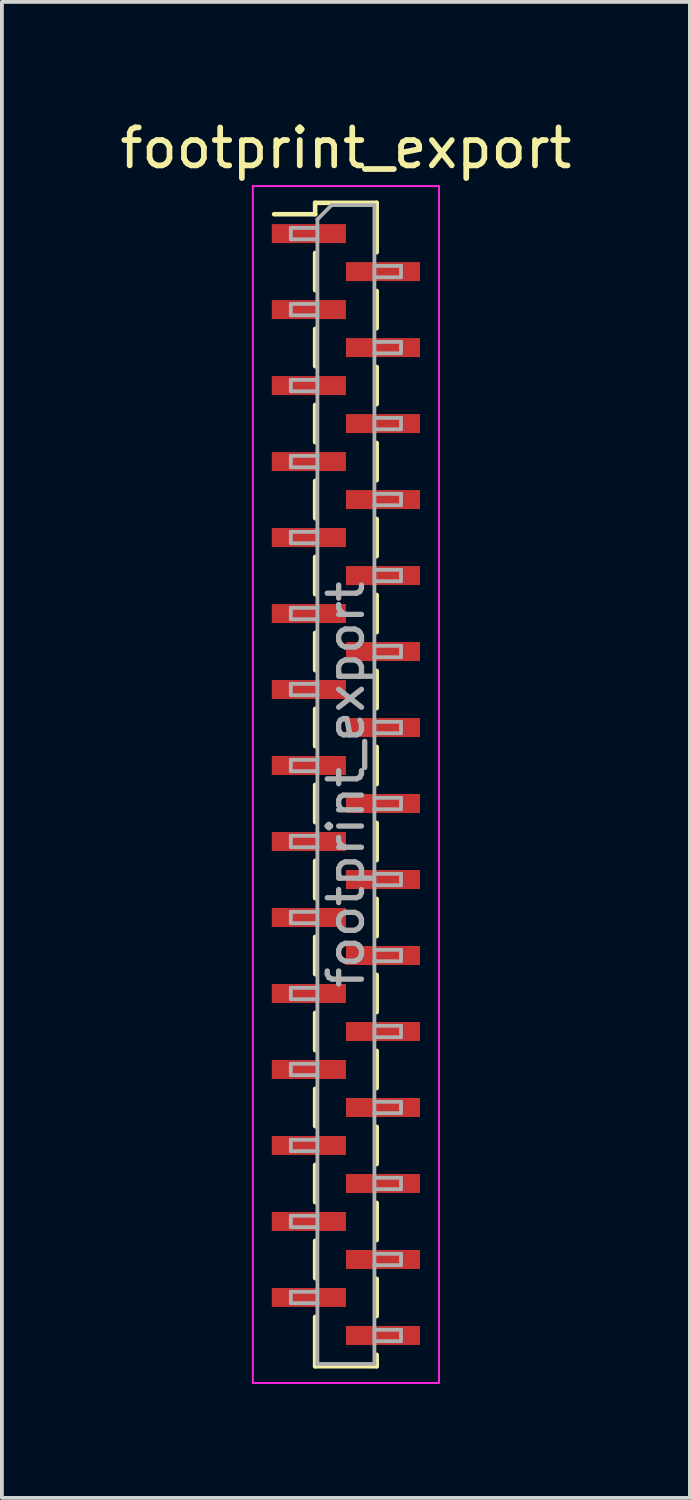
<source format=kicad_pcb>
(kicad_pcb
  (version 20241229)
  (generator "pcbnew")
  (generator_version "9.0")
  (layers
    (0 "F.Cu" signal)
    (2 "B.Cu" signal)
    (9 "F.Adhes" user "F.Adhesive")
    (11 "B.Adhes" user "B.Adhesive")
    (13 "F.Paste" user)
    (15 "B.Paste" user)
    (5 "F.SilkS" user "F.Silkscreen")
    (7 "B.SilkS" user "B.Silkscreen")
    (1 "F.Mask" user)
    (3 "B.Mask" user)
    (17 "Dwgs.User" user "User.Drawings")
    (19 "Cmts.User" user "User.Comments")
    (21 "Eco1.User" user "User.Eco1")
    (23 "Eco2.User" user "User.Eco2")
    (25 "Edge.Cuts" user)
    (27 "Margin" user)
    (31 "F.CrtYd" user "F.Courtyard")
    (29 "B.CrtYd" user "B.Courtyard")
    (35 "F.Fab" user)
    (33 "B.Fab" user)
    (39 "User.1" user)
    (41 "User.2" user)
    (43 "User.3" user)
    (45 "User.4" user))
  (footprint "footprint_export"
    (layer "F.Cu")
    (at 6.054 17.598)
    (property "Reference" "footprint_export" (at 0 -16.75 0) (layer "F.SilkS") (effects (font (size 1 1) (thickness 0.15))))
    (attr smd)
    (fp_line (start -1.89 -15.01) (end -0.81 -15.01) (stroke (width 0.12) (type solid)) (layer "F.SilkS"))
    (fp_line (start -0.81 -15.31) (end -0.81 -15.01) (stroke (width 0.12) (type solid)) (layer "F.SilkS"))
    (fp_line (start -0.81 -15.31) (end 0.81 -15.31) (stroke (width 0.12) (type solid)) (layer "F.SilkS"))
    (fp_line (start -0.81 -13.99) (end -0.81 -13.01) (stroke (width 0.12) (type solid)) (layer "F.SilkS"))
    (fp_line (start -0.81 -11.99) (end -0.81 -11.01) (stroke (width 0.12) (type solid)) (layer "F.SilkS"))
    (fp_line (start -0.81 -9.99) (end -0.81 -9.01) (stroke (width 0.12) (type solid)) (layer "F.SilkS"))
    (fp_line (start -0.81 -7.99) (end -0.81 -7.01) (stroke (width 0.12) (type solid)) (layer "F.SilkS"))
    (fp_line (start -0.81 -5.99) (end -0.81 -5.01) (stroke (width 0.12) (type solid)) (layer "F.SilkS"))
    (fp_line (start -0.81 -3.99) (end -0.81 -3.01) (stroke (width 0.12) (type solid)) (layer "F.SilkS"))
    (fp_line (start -0.81 -1.99) (end -0.81 -1.01) (stroke (width 0.12) (type solid)) (layer "F.SilkS"))
    (fp_line (start -0.81 0.01) (end -0.81 0.99) (stroke (width 0.12) (type solid)) (layer "F.SilkS"))
    (fp_line (start -0.81 2.01) (end -0.81 2.99) (stroke (width 0.12) (type solid)) (layer "F.SilkS"))
    (fp_line (start -0.81 4.01) (end -0.81 4.99) (stroke (width 0.12) (type solid)) (layer "F.SilkS"))
    (fp_line (start -0.81 6.01) (end -0.81 6.99) (stroke (width 0.12) (type solid)) (layer "F.SilkS"))
    (fp_line (start -0.81 8.01) (end -0.81 8.99) (stroke (width 0.12) (type solid)) (layer "F.SilkS"))
    (fp_line (start -0.81 10.01) (end -0.81 10.99) (stroke (width 0.12) (type solid)) (layer "F.SilkS"))
    (fp_line (start -0.81 12.01) (end -0.81 12.99) (stroke (width 0.12) (type solid)) (layer "F.SilkS"))
    (fp_line (start -0.81 14.01) (end -0.81 15.31) (stroke (width 0.12) (type solid)) (layer "F.SilkS"))
    (fp_line (start -0.81 15.31) (end 0.81 15.31) (stroke (width 0.12) (type solid)) (layer "F.SilkS"))
    (fp_line (start 0.81 -15.31) (end 0.81 -14.01) (stroke (width 0.12) (type solid)) (layer "F.SilkS"))
    (fp_line (start 0.81 -12.99) (end 0.81 -12.01) (stroke (width 0.12) (type solid)) (layer "F.SilkS"))
    (fp_line (start 0.81 -10.99) (end 0.81 -10.01) (stroke (width 0.12) (type solid)) (layer "F.SilkS"))
    (fp_line (start 0.81 -8.99) (end 0.81 -8.01) (stroke (width 0.12) (type solid)) (layer "F.SilkS"))
    (fp_line (start 0.81 -6.99) (end 0.81 -6.01) (stroke (width 0.12) (type solid)) (layer "F.SilkS"))
    (fp_line (start 0.81 -4.99) (end 0.81 -4.01) (stroke (width 0.12) (type solid)) (layer "F.SilkS"))
    (fp_line (start 0.81 -2.99) (end 0.81 -2.01) (stroke (width 0.12) (type solid)) (layer "F.SilkS"))
    (fp_line (start 0.81 -0.99) (end 0.81 -0.01) (stroke (width 0.12) (type solid)) (layer "F.SilkS"))
    (fp_line (start 0.81 1.01) (end 0.81 1.99) (stroke (width 0.12) (type solid)) (layer "F.SilkS"))
    (fp_line (start 0.81 3.01) (end 0.81 3.99) (stroke (width 0.12) (type solid)) (layer "F.SilkS"))
    (fp_line (start 0.81 5.01) (end 0.81 5.99) (stroke (width 0.12) (type solid)) (layer "F.SilkS"))
    (fp_line (start 0.81 7.01) (end 0.81 7.99) (stroke (width 0.12) (type solid)) (layer "F.SilkS"))
    (fp_line (start 0.81 9.01) (end 0.81 9.99) (stroke (width 0.12) (type solid)) (layer "F.SilkS"))
    (fp_line (start 0.81 11.01) (end 0.81 11.99) (stroke (width 0.12) (type solid)) (layer "F.SilkS"))
    (fp_line (start 0.81 13.01) (end 0.81 13.99) (stroke (width 0.12) (type solid)) (layer "F.SilkS"))
    (fp_line (start 0.81 15.01) (end 0.81 15.31) (stroke (width 0.12) (type solid)) (layer "F.SilkS"))
    (fp_line (start -2.45 -15.75) (end 2.45 -15.75) (stroke (width 0.05) (type solid)) (layer "F.CrtYd"))
    (fp_line (start -2.45 15.75) (end -2.45 -15.75) (stroke (width 0.05) (type solid)) (layer "F.CrtYd"))
    (fp_line (start 2.45 -15.75) (end 2.45 15.75) (stroke (width 0.05) (type solid)) (layer "F.CrtYd"))
    (fp_line (start 2.45 15.75) (end -2.45 15.75) (stroke (width 0.05) (type solid)) (layer "F.CrtYd"))
    (fp_line (start -1.45 -14.65) (end -0.75 -14.65) (stroke (width 0.1) (type solid)) (layer "F.Fab"))
    (fp_line (start -1.45 -14.35) (end -1.45 -14.65) (stroke (width 0.1) (type solid)) (layer "F.Fab"))
    (fp_line (start -1.45 -12.65) (end -0.75 -12.65) (stroke (width 0.1) (type solid)) (layer "F.Fab"))
    (fp_line (start -1.45 -12.35) (end -1.45 -12.65) (stroke (width 0.1) (type solid)) (layer "F.Fab"))
    (fp_line (start -1.45 -10.65) (end -0.75 -10.65) (stroke (width 0.1) (type solid)) (layer "F.Fab"))
    (fp_line (start -1.45 -10.35) (end -1.45 -10.65) (stroke (width 0.1) (type solid)) (layer "F.Fab"))
    (fp_line (start -1.45 -8.65) (end -0.75 -8.65) (stroke (width 0.1) (type solid)) (layer "F.Fab"))
    (fp_line (start -1.45 -8.35) (end -1.45 -8.65) (stroke (width 0.1) (type solid)) (layer "F.Fab"))
    (fp_line (start -1.45 -6.65) (end -0.75 -6.65) (stroke (width 0.1) (type solid)) (layer "F.Fab"))
    (fp_line (start -1.45 -6.35) (end -1.45 -6.65) (stroke (width 0.1) (type solid)) (layer "F.Fab"))
    (fp_line (start -1.45 -4.65) (end -0.75 -4.65) (stroke (width 0.1) (type solid)) (layer "F.Fab"))
    (fp_line (start -1.45 -4.35) (end -1.45 -4.65) (stroke (width 0.1) (type solid)) (layer "F.Fab"))
    (fp_line (start -1.45 -2.65) (end -0.75 -2.65) (stroke (width 0.1) (type solid)) (layer "F.Fab"))
    (fp_line (start -1.45 -2.35) (end -1.45 -2.65) (stroke (width 0.1) (type solid)) (layer "F.Fab"))
    (fp_line (start -1.45 -0.65) (end -0.75 -0.65) (stroke (width 0.1) (type solid)) (layer "F.Fab"))
    (fp_line (start -1.45 -0.35) (end -1.45 -0.65) (stroke (width 0.1) (type solid)) (layer "F.Fab"))
    (fp_line (start -1.45 1.35) (end -0.75 1.35) (stroke (width 0.1) (type solid)) (layer "F.Fab"))
    (fp_line (start -1.45 1.65) (end -1.45 1.35) (stroke (width 0.1) (type solid)) (layer "F.Fab"))
    (fp_line (start -1.45 3.35) (end -0.75 3.35) (stroke (width 0.1) (type solid)) (layer "F.Fab"))
    (fp_line (start -1.45 3.65) (end -1.45 3.35) (stroke (width 0.1) (type solid)) (layer "F.Fab"))
    (fp_line (start -1.45 5.35) (end -0.75 5.35) (stroke (width 0.1) (type solid)) (layer "F.Fab"))
    (fp_line (start -1.45 5.65) (end -1.45 5.35) (stroke (width 0.1) (type solid)) (layer "F.Fab"))
    (fp_line (start -1.45 7.35) (end -0.75 7.35) (stroke (width 0.1) (type solid)) (layer "F.Fab"))
    (fp_line (start -1.45 7.65) (end -1.45 7.35) (stroke (width 0.1) (type solid)) (layer "F.Fab"))
    (fp_line (start -1.45 9.35) (end -0.75 9.35) (stroke (width 0.1) (type solid)) (layer "F.Fab"))
    (fp_line (start -1.45 9.65) (end -1.45 9.35) (stroke (width 0.1) (type solid)) (layer "F.Fab"))
    (fp_line (start -1.45 11.35) (end -0.75 11.35) (stroke (width 0.1) (type solid)) (layer "F.Fab"))
    (fp_line (start -1.45 11.65) (end -1.45 11.35) (stroke (width 0.1) (type solid)) (layer "F.Fab"))
    (fp_line (start -1.45 13.35) (end -0.75 13.35) (stroke (width 0.1) (type solid)) (layer "F.Fab"))
    (fp_line (start -1.45 13.65) (end -1.45 13.35) (stroke (width 0.1) (type solid)) (layer "F.Fab"))
    (fp_line (start -0.75 -14.875) (end -0.375 -15.25) (stroke (width 0.1) (type solid)) (layer "F.Fab"))
    (fp_line (start -0.75 -14.35) (end -1.45 -14.35) (stroke (width 0.1) (type solid)) (layer "F.Fab"))
    (fp_line (start -0.75 -12.35) (end -1.45 -12.35) (stroke (width 0.1) (type solid)) (layer "F.Fab"))
    (fp_line (start -0.75 -10.35) (end -1.45 -10.35) (stroke (width 0.1) (type solid)) (layer "F.Fab"))
    (fp_line (start -0.75 -8.35) (end -1.45 -8.35) (stroke (width 0.1) (type solid)) (layer "F.Fab"))
    (fp_line (start -0.75 -6.35) (end -1.45 -6.35) (stroke (width 0.1) (type solid)) (layer "F.Fab"))
    (fp_line (start -0.75 -4.35) (end -1.45 -4.35) (stroke (width 0.1) (type solid)) (layer "F.Fab"))
    (fp_line (start -0.75 -2.35) (end -1.45 -2.35) (stroke (width 0.1) (type solid)) (layer "F.Fab"))
    (fp_line (start -0.75 -0.35) (end -1.45 -0.35) (stroke (width 0.1) (type solid)) (layer "F.Fab"))
    (fp_line (start -0.75 1.65) (end -1.45 1.65) (stroke (width 0.1) (type solid)) (layer "F.Fab"))
    (fp_line (start -0.75 3.65) (end -1.45 3.65) (stroke (width 0.1) (type solid)) (layer "F.Fab"))
    (fp_line (start -0.75 5.65) (end -1.45 5.65) (stroke (width 0.1) (type solid)) (layer "F.Fab"))
    (fp_line (start -0.75 7.65) (end -1.45 7.65) (stroke (width 0.1) (type solid)) (layer "F.Fab"))
    (fp_line (start -0.75 9.65) (end -1.45 9.65) (stroke (width 0.1) (type solid)) (layer "F.Fab"))
    (fp_line (start -0.75 11.65) (end -1.45 11.65) (stroke (width 0.1) (type solid)) (layer "F.Fab"))
    (fp_line (start -0.75 13.65) (end -1.45 13.65) (stroke (width 0.1) (type solid)) (layer "F.Fab"))
    (fp_line (start -0.75 15.25) (end -0.75 -14.875) (stroke (width 0.1) (type solid)) (layer "F.Fab"))
    (fp_line (start -0.375 -15.25) (end 0.75 -15.25) (stroke (width 0.1) (type solid)) (layer "F.Fab"))
    (fp_line (start 0.75 -15.25) (end 0.75 15.25) (stroke (width 0.1) (type solid)) (layer "F.Fab"))
    (fp_line (start 0.75 -13.65) (end 1.45 -13.65) (stroke (width 0.1) (type solid)) (layer "F.Fab"))
    (fp_line (start 0.75 -11.65) (end 1.45 -11.65) (stroke (width 0.1) (type solid)) (layer "F.Fab"))
    (fp_line (start 0.75 -9.65) (end 1.45 -9.65) (stroke (width 0.1) (type solid)) (layer "F.Fab"))
    (fp_line (start 0.75 -7.65) (end 1.45 -7.65) (stroke (width 0.1) (type solid)) (layer "F.Fab"))
    (fp_line (start 0.75 -5.65) (end 1.45 -5.65) (stroke (width 0.1) (type solid)) (layer "F.Fab"))
    (fp_line (start 0.75 -3.65) (end 1.45 -3.65) (stroke (width 0.1) (type solid)) (layer "F.Fab"))
    (fp_line (start 0.75 -1.65) (end 1.45 -1.65) (stroke (width 0.1) (type solid)) (layer "F.Fab"))
    (fp_line (start 0.75 0.35) (end 1.45 0.35) (stroke (width 0.1) (type solid)) (layer "F.Fab"))
    (fp_line (start 0.75 2.35) (end 1.45 2.35) (stroke (width 0.1) (type solid)) (layer "F.Fab"))
    (fp_line (start 0.75 4.35) (end 1.45 4.35) (stroke (width 0.1) (type solid)) (layer "F.Fab"))
    (fp_line (start 0.75 6.35) (end 1.45 6.35) (stroke (width 0.1) (type solid)) (layer "F.Fab"))
    (fp_line (start 0.75 8.35) (end 1.45 8.35) (stroke (width 0.1) (type solid)) (layer "F.Fab"))
    (fp_line (start 0.75 10.35) (end 1.45 10.35) (stroke (width 0.1) (type solid)) (layer "F.Fab"))
    (fp_line (start 0.75 12.35) (end 1.45 12.35) (stroke (width 0.1) (type solid)) (layer "F.Fab"))
    (fp_line (start 0.75 14.35) (end 1.45 14.35) (stroke (width 0.1) (type solid)) (layer "F.Fab"))
    (fp_line (start 0.75 15.25) (end -0.75 15.25) (stroke (width 0.1) (type solid)) (layer "F.Fab"))
    (fp_line (start 1.45 -13.65) (end 1.45 -13.35) (stroke (width 0.1) (type solid)) (layer "F.Fab"))
    (fp_line (start 1.45 -13.35) (end 0.75 -13.35) (stroke (width 0.1) (type solid)) (layer "F.Fab"))
    (fp_line (start 1.45 -11.65) (end 1.45 -11.35) (stroke (width 0.1) (type solid)) (layer "F.Fab"))
    (fp_line (start 1.45 -11.35) (end 0.75 -11.35) (stroke (width 0.1) (type solid)) (layer "F.Fab"))
    (fp_line (start 1.45 -9.65) (end 1.45 -9.35) (stroke (width 0.1) (type solid)) (layer "F.Fab"))
    (fp_line (start 1.45 -9.35) (end 0.75 -9.35) (stroke (width 0.1) (type solid)) (layer "F.Fab"))
    (fp_line (start 1.45 -7.65) (end 1.45 -7.35) (stroke (width 0.1) (type solid)) (layer "F.Fab"))
    (fp_line (start 1.45 -7.35) (end 0.75 -7.35) (stroke (width 0.1) (type solid)) (layer "F.Fab"))
    (fp_line (start 1.45 -5.65) (end 1.45 -5.35) (stroke (width 0.1) (type solid)) (layer "F.Fab"))
    (fp_line (start 1.45 -5.35) (end 0.75 -5.35) (stroke (width 0.1) (type solid)) (layer "F.Fab"))
    (fp_line (start 1.45 -3.65) (end 1.45 -3.35) (stroke (width 0.1) (type solid)) (layer "F.Fab"))
    (fp_line (start 1.45 -3.35) (end 0.75 -3.35) (stroke (width 0.1) (type solid)) (layer "F.Fab"))
    (fp_line (start 1.45 -1.65) (end 1.45 -1.35) (stroke (width 0.1) (type solid)) (layer "F.Fab"))
    (fp_line (start 1.45 -1.35) (end 0.75 -1.35) (stroke (width 0.1) (type solid)) (layer "F.Fab"))
    (fp_line (start 1.45 0.35) (end 1.45 0.65) (stroke (width 0.1) (type solid)) (layer "F.Fab"))
    (fp_line (start 1.45 0.65) (end 0.75 0.65) (stroke (width 0.1) (type solid)) (layer "F.Fab"))
    (fp_line (start 1.45 2.35) (end 1.45 2.65) (stroke (width 0.1) (type solid)) (layer "F.Fab"))
    (fp_line (start 1.45 2.65) (end 0.75 2.65) (stroke (width 0.1) (type solid)) (layer "F.Fab"))
    (fp_line (start 1.45 4.35) (end 1.45 4.65) (stroke (width 0.1) (type solid)) (layer "F.Fab"))
    (fp_line (start 1.45 4.65) (end 0.75 4.65) (stroke (width 0.1) (type solid)) (layer "F.Fab"))
    (fp_line (start 1.45 6.35) (end 1.45 6.65) (stroke (width 0.1) (type solid)) (layer "F.Fab"))
    (fp_line (start 1.45 6.65) (end 0.75 6.65) (stroke (width 0.1) (type solid)) (layer "F.Fab"))
    (fp_line (start 1.45 8.35) (end 1.45 8.65) (stroke (width 0.1) (type solid)) (layer "F.Fab"))
    (fp_line (start 1.45 8.65) (end 0.75 8.65) (stroke (width 0.1) (type solid)) (layer "F.Fab"))
    (fp_line (start 1.45 10.35) (end 1.45 10.65) (stroke (width 0.1) (type solid)) (layer "F.Fab"))
    (fp_line (start 1.45 10.65) (end 0.75 10.65) (stroke (width 0.1) (type solid)) (layer "F.Fab"))
    (fp_line (start 1.45 12.35) (end 1.45 12.65) (stroke (width 0.1) (type solid)) (layer "F.Fab"))
    (fp_line (start 1.45 12.65) (end 0.75 12.65) (stroke (width 0.1) (type solid)) (layer "F.Fab"))
    (fp_line (start 1.45 14.35) (end 1.45 14.65) (stroke (width 0.1) (type solid)) (layer "F.Fab"))
    (fp_line (start 1.45 14.65) (end 0.75 14.65) (stroke (width 0.1) (type solid)) (layer "F.Fab"))
    (fp_text user "${REFERENCE}" (at 0 0 90) (layer "F.Fab") (effects (font (size 0.9 0.9) (thickness 0.14))))
    (pad "1" smd rect (at -0.975 -14.5) (size 1.95 0.5) (layers "F.Cu" "F.Mask" "F.Paste"))
    (pad "2" smd rect (at 0.975 -13.5) (size 1.95 0.5) (layers "F.Cu" "F.Mask" "F.Paste"))
    (pad "3" smd rect (at -0.975 -12.5) (size 1.95 0.5) (layers "F.Cu" "F.Mask" "F.Paste"))
    (pad "4" smd rect (at 0.975 -11.5) (size 1.95 0.5) (layers "F.Cu" "F.Mask" "F.Paste"))
    (pad "5" smd rect (at -0.975 -10.5) (size 1.95 0.5) (layers "F.Cu" "F.Mask" "F.Paste"))
    (pad "6" smd rect (at 0.975 -9.5) (size 1.95 0.5) (layers "F.Cu" "F.Mask" "F.Paste"))
    (pad "7" smd rect (at -0.975 -8.5) (size 1.95 0.5) (layers "F.Cu" "F.Mask" "F.Paste"))
    (pad "8" smd rect (at 0.975 -7.5) (size 1.95 0.5) (layers "F.Cu" "F.Mask" "F.Paste"))
    (pad "9" smd rect (at -0.975 -6.5) (size 1.95 0.5) (layers "F.Cu" "F.Mask" "F.Paste"))
    (pad "10" smd rect (at 0.975 -5.5) (size 1.95 0.5) (layers "F.Cu" "F.Mask" "F.Paste"))
    (pad "11" smd rect (at -0.975 -4.5) (size 1.95 0.5) (layers "F.Cu" "F.Mask" "F.Paste"))
    (pad "12" smd rect (at 0.975 -3.5) (size 1.95 0.5) (layers "F.Cu" "F.Mask" "F.Paste"))
    (pad "13" smd rect (at -0.975 -2.5) (size 1.95 0.5) (layers "F.Cu" "F.Mask" "F.Paste"))
    (pad "14" smd rect (at 0.975 -1.5) (size 1.95 0.5) (layers "F.Cu" "F.Mask" "F.Paste"))
    (pad "15" smd rect (at -0.975 -0.5) (size 1.95 0.5) (layers "F.Cu" "F.Mask" "F.Paste"))
    (pad "16" smd rect (at 0.975 0.5) (size 1.95 0.5) (layers "F.Cu" "F.Mask" "F.Paste"))
    (pad "17" smd rect (at -0.975 1.5) (size 1.95 0.5) (layers "F.Cu" "F.Mask" "F.Paste"))
    (pad "18" smd rect (at 0.975 2.5) (size 1.95 0.5) (layers "F.Cu" "F.Mask" "F.Paste"))
    (pad "19" smd rect (at -0.975 3.5) (size 1.95 0.5) (layers "F.Cu" "F.Mask" "F.Paste"))
    (pad "20" smd rect (at 0.975 4.5) (size 1.95 0.5) (layers "F.Cu" "F.Mask" "F.Paste"))
    (pad "21" smd rect (at -0.975 5.5) (size 1.95 0.5) (layers "F.Cu" "F.Mask" "F.Paste"))
    (pad "22" smd rect (at 0.975 6.5) (size 1.95 0.5) (layers "F.Cu" "F.Mask" "F.Paste"))
    (pad "23" smd rect (at -0.975 7.5) (size 1.95 0.5) (layers "F.Cu" "F.Mask" "F.Paste"))
    (pad "24" smd rect (at 0.975 8.5) (size 1.95 0.5) (layers "F.Cu" "F.Mask" "F.Paste"))
    (pad "25" smd rect (at -0.975 9.5) (size 1.95 0.5) (layers "F.Cu" "F.Mask" "F.Paste"))
    (pad "26" smd rect (at 0.975 10.5) (size 1.95 0.5) (layers "F.Cu" "F.Mask" "F.Paste"))
    (pad "27" smd rect (at -0.975 11.5) (size 1.95 0.5) (layers "F.Cu" "F.Mask" "F.Paste"))
    (pad "28" smd rect (at 0.975 12.5) (size 1.95 0.5) (layers "F.Cu" "F.Mask" "F.Paste"))
    (pad "29" smd rect (at -0.975 13.5) (size 1.95 0.5) (layers "F.Cu" "F.Mask" "F.Paste"))
    (pad "30" smd rect (at 0.975 14.5) (size 1.95 0.5) (layers "F.Cu" "F.Mask" "F.Paste")))
  (gr_rect
    (start -3 -3)
    (end 15.107 36.373)
    (stroke (width 0.1) (type default))
    (fill no)
    (layer "Edge.Cuts")))
</source>
